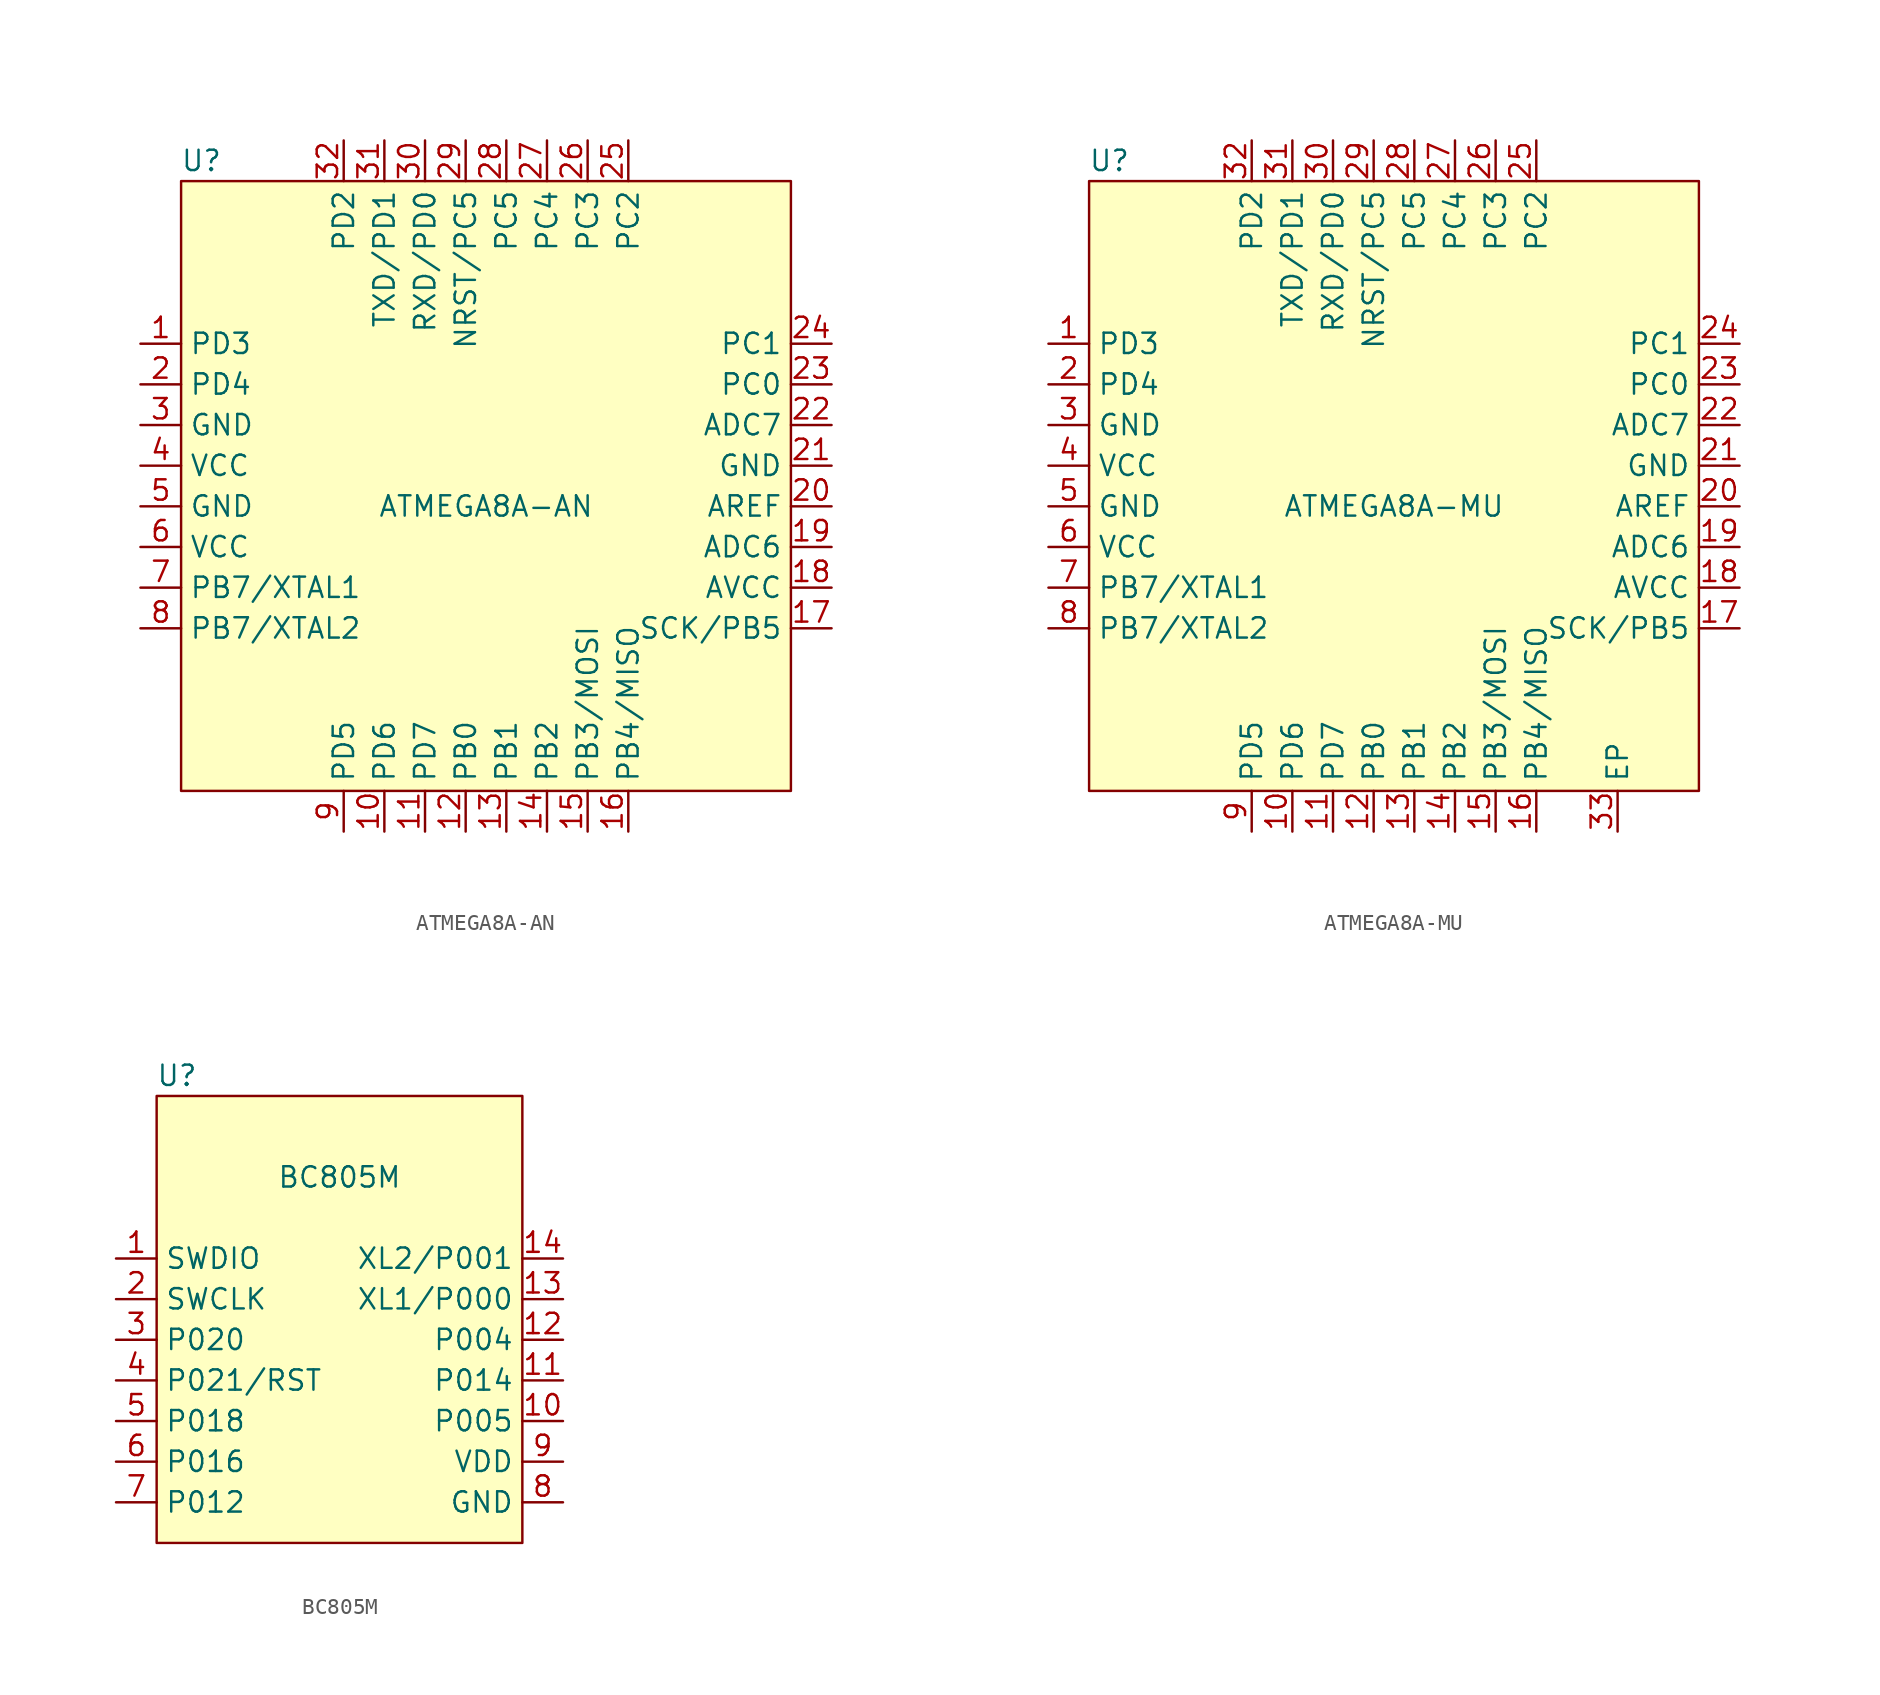
<source format=kicad_sym>
(kicad_symbol_lib
  (version 20241209)
  (generator "kicad_symbol_editor")
  (generator_version "9.0")
  (symbol "ATMEGA8A-AN"
    (property "Reference" "U"
      (at 1.27 39.37 0)
      (effects (font (size 1.27 1.27))))
    (property "Value" "ATMEGA8A-AN"
      (at 19.05 17.78 0)
      (effects (font (size 1.27 1.27))))
    (symbol "ATMEGA8A-AN_0_1"
      (rectangle (start 0 38.1) (end 38.1 0) (stroke (width 0) (type default)) (fill (type background))))
    (symbol "ATMEGA8A-AN_1_1"
      (pin bidirectional line (at -2.54 27.94 0) (length 2.54) (name "PD3" (effects (font (size 1.27 1.27)))) (number "1" (effects (font (size 1.27 1.27)))))
      (pin bidirectional line (at -2.54 25.4 0) (length 2.54) (name "PD4" (effects (font (size 1.27 1.27)))) (number "2" (effects (font (size 1.27 1.27)))))
      (pin power_in line (at -2.54 22.86 0) (length 2.54) (name "GND" (effects (font (size 1.27 1.27)))) (number "3" (effects (font (size 1.27 1.27)))))
      (pin power_in line (at -2.54 20.32 0) (length 2.54) (name "VCC" (effects (font (size 1.27 1.27)))) (number "4" (effects (font (size 1.27 1.27)))))
      (pin power_in line (at -2.54 17.78 0) (length 2.54) (name "GND" (effects (font (size 1.27 1.27)))) (number "5" (effects (font (size 1.27 1.27)))))
      (pin power_in line (at -2.54 15.24 0) (length 2.54) (name "VCC" (effects (font (size 1.27 1.27)))) (number "6" (effects (font (size 1.27 1.27)))))
      (pin bidirectional line (at -2.54 12.7 0) (length 2.54) (name "PB7/XTAL1" (effects (font (size 1.27 1.27)))) (number "7" (effects (font (size 1.27 1.27)))))
      (pin bidirectional line (at -2.54 10.16 0) (length 2.54) (name "PB7/XTAL2" (effects (font (size 1.27 1.27)))) (number "8" (effects (font (size 1.27 1.27)))))
      (pin bidirectional line (at 10.16 40.64 270) (length 2.54) (name "PD2" (effects (font (size 1.27 1.27)))) (number "32" (effects (font (size 1.27 1.27)))))
      (pin bidirectional line (at 10.16 -2.54 90) (length 2.54) (name "PD5" (effects (font (size 1.27 1.27)))) (number "9" (effects (font (size 1.27 1.27)))))
      (pin bidirectional line (at 12.7 40.64 270) (length 2.54) (name "TXD/PD1" (effects (font (size 1.27 1.27)))) (number "31" (effects (font (size 1.27 1.27)))))
      (pin bidirectional line (at 12.7 -2.54 90) (length 2.54) (name "PD6" (effects (font (size 1.27 1.27)))) (number "10" (effects (font (size 1.27 1.27)))))
      (pin bidirectional line (at 15.24 40.64 270) (length 2.54) (name "RXD/PD0" (effects (font (size 1.27 1.27)))) (number "30" (effects (font (size 1.27 1.27)))))
      (pin bidirectional line (at 15.24 -2.54 90) (length 2.54) (name "PD7" (effects (font (size 1.27 1.27)))) (number "11" (effects (font (size 1.27 1.27)))))
      (pin bidirectional line (at 17.78 40.64 270) (length 2.54) (name "NRST/PC5" (effects (font (size 1.27 1.27)))) (number "29" (effects (font (size 1.27 1.27)))))
      (pin bidirectional line (at 17.78 -2.54 90) (length 2.54) (name "PB0" (effects (font (size 1.27 1.27)))) (number "12" (effects (font (size 1.27 1.27)))))
      (pin bidirectional line (at 20.32 40.64 270) (length 2.54) (name "PC5" (effects (font (size 1.27 1.27)))) (number "28" (effects (font (size 1.27 1.27)))))
      (pin bidirectional line (at 20.32 -2.54 90) (length 2.54) (name "PB1" (effects (font (size 1.27 1.27)))) (number "13" (effects (font (size 1.27 1.27)))))
      (pin bidirectional line (at 22.86 40.64 270) (length 2.54) (name "PC4" (effects (font (size 1.27 1.27)))) (number "27" (effects (font (size 1.27 1.27)))))
      (pin bidirectional line (at 22.86 -2.54 90) (length 2.54) (name "PB2" (effects (font (size 1.27 1.27)))) (number "14" (effects (font (size 1.27 1.27)))))
      (pin bidirectional line (at 25.4 40.64 270) (length 2.54) (name "PC3" (effects (font (size 1.27 1.27)))) (number "26" (effects (font (size 1.27 1.27)))))
      (pin bidirectional line (at 25.4 -2.54 90) (length 2.54) (name "PB3/MOSI" (effects (font (size 1.27 1.27)))) (number "15" (effects (font (size 1.27 1.27)))))
      (pin bidirectional line (at 27.94 40.64 270) (length 2.54) (name "PC2" (effects (font (size 1.27 1.27)))) (number "25" (effects (font (size 1.27 1.27)))))
      (pin bidirectional line (at 27.94 -2.54 90) (length 2.54) (name "PB4/MISO" (effects (font (size 1.27 1.27)))) (number "16" (effects (font (size 1.27 1.27)))))
      (pin bidirectional line (at 40.64 27.94 180) (length 2.54) (name "PC1" (effects (font (size 1.27 1.27)))) (number "24" (effects (font (size 1.27 1.27)))))
      (pin bidirectional line (at 40.64 25.4 180) (length 2.54) (name "PC0" (effects (font (size 1.27 1.27)))) (number "23" (effects (font (size 1.27 1.27)))))
      (pin input line (at 40.64 22.86 180) (length 2.54) (name "ADC7" (effects (font (size 1.27 1.27)))) (number "22" (effects (font (size 1.27 1.27)))))
      (pin power_in line (at 40.64 20.32 180) (length 2.54) (name "GND" (effects (font (size 1.27 1.27)))) (number "21" (effects (font (size 1.27 1.27)))))
      (pin input line (at 40.64 17.78 180) (length 2.54) (name "AREF" (effects (font (size 1.27 1.27)))) (number "20" (effects (font (size 1.27 1.27)))))
      (pin input line (at 40.64 15.24 180) (length 2.54) (name "ADC6" (effects (font (size 1.27 1.27)))) (number "19" (effects (font (size 1.27 1.27)))))
      (pin power_in line (at 40.64 12.7 180) (length 2.54) (name "AVCC" (effects (font (size 1.27 1.27)))) (number "18" (effects (font (size 1.27 1.27)))))
      (pin power_in line (at 40.64 10.16 180) (length 2.54) (name "SCK/PB5" (effects (font (size 1.27 1.27)))) (number "17" (effects (font (size 1.27 1.27)))))))
  (symbol "ATMEGA8A-MU"
    (property "Reference" "U"
      (at 1.27 39.37 0)
      (effects (font (size 1.27 1.27))))
    (property "Value" "ATMEGA8A-MU"
      (at 19.05 17.78 0)
      (effects (font (size 1.27 1.27))))
    (symbol "ATMEGA8A-MU_0_1"
      (rectangle (start 0 38.1) (end 38.1 0) (stroke (width 0) (type default)) (fill (type background))))
    (symbol "ATMEGA8A-MU_1_1"
      (pin bidirectional line (at -2.54 27.94 0) (length 2.54) (name "PD3" (effects (font (size 1.27 1.27)))) (number "1" (effects (font (size 1.27 1.27)))))
      (pin bidirectional line (at -2.54 25.4 0) (length 2.54) (name "PD4" (effects (font (size 1.27 1.27)))) (number "2" (effects (font (size 1.27 1.27)))))
      (pin power_in line (at -2.54 22.86 0) (length 2.54) (name "GND" (effects (font (size 1.27 1.27)))) (number "3" (effects (font (size 1.27 1.27)))))
      (pin power_in line (at -2.54 20.32 0) (length 2.54) (name "VCC" (effects (font (size 1.27 1.27)))) (number "4" (effects (font (size 1.27 1.27)))))
      (pin power_in line (at -2.54 17.78 0) (length 2.54) (name "GND" (effects (font (size 1.27 1.27)))) (number "5" (effects (font (size 1.27 1.27)))))
      (pin power_in line (at -2.54 15.24 0) (length 2.54) (name "VCC" (effects (font (size 1.27 1.27)))) (number "6" (effects (font (size 1.27 1.27)))))
      (pin bidirectional line (at -2.54 12.7 0) (length 2.54) (name "PB7/XTAL1" (effects (font (size 1.27 1.27)))) (number "7" (effects (font (size 1.27 1.27)))))
      (pin bidirectional line (at -2.54 10.16 0) (length 2.54) (name "PB7/XTAL2" (effects (font (size 1.27 1.27)))) (number "8" (effects (font (size 1.27 1.27)))))
      (pin bidirectional line (at 10.16 40.64 270) (length 2.54) (name "PD2" (effects (font (size 1.27 1.27)))) (number "32" (effects (font (size 1.27 1.27)))))
      (pin bidirectional line (at 10.16 -2.54 90) (length 2.54) (name "PD5" (effects (font (size 1.27 1.27)))) (number "9" (effects (font (size 1.27 1.27)))))
      (pin bidirectional line (at 12.7 40.64 270) (length 2.54) (name "TXD/PD1" (effects (font (size 1.27 1.27)))) (number "31" (effects (font (size 1.27 1.27)))))
      (pin bidirectional line (at 12.7 -2.54 90) (length 2.54) (name "PD6" (effects (font (size 1.27 1.27)))) (number "10" (effects (font (size 1.27 1.27)))))
      (pin bidirectional line (at 15.24 40.64 270) (length 2.54) (name "RXD/PD0" (effects (font (size 1.27 1.27)))) (number "30" (effects (font (size 1.27 1.27)))))
      (pin bidirectional line (at 15.24 -2.54 90) (length 2.54) (name "PD7" (effects (font (size 1.27 1.27)))) (number "11" (effects (font (size 1.27 1.27)))))
      (pin bidirectional line (at 17.78 40.64 270) (length 2.54) (name "NRST/PC5" (effects (font (size 1.27 1.27)))) (number "29" (effects (font (size 1.27 1.27)))))
      (pin bidirectional line (at 17.78 -2.54 90) (length 2.54) (name "PB0" (effects (font (size 1.27 1.27)))) (number "12" (effects (font (size 1.27 1.27)))))
      (pin bidirectional line (at 20.32 40.64 270) (length 2.54) (name "PC5" (effects (font (size 1.27 1.27)))) (number "28" (effects (font (size 1.27 1.27)))))
      (pin bidirectional line (at 20.32 -2.54 90) (length 2.54) (name "PB1" (effects (font (size 1.27 1.27)))) (number "13" (effects (font (size 1.27 1.27)))))
      (pin bidirectional line (at 22.86 40.64 270) (length 2.54) (name "PC4" (effects (font (size 1.27 1.27)))) (number "27" (effects (font (size 1.27 1.27)))))
      (pin bidirectional line (at 22.86 -2.54 90) (length 2.54) (name "PB2" (effects (font (size 1.27 1.27)))) (number "14" (effects (font (size 1.27 1.27)))))
      (pin bidirectional line (at 25.4 40.64 270) (length 2.54) (name "PC3" (effects (font (size 1.27 1.27)))) (number "26" (effects (font (size 1.27 1.27)))))
      (pin bidirectional line (at 25.4 -2.54 90) (length 2.54) (name "PB3/MOSI" (effects (font (size 1.27 1.27)))) (number "15" (effects (font (size 1.27 1.27)))))
      (pin bidirectional line (at 27.94 40.64 270) (length 2.54) (name "PC2" (effects (font (size 1.27 1.27)))) (number "25" (effects (font (size 1.27 1.27)))))
      (pin bidirectional line (at 27.94 -2.54 90) (length 2.54) (name "PB4/MISO" (effects (font (size 1.27 1.27)))) (number "16" (effects (font (size 1.27 1.27)))))
      (pin power_in line (at 33.02 -2.54 90) (length 2.54) (name "EP" (effects (font (size 1.27 1.27)))) (number "33" (effects (font (size 1.27 1.27)))))
      (pin bidirectional line (at 40.64 27.94 180) (length 2.54) (name "PC1" (effects (font (size 1.27 1.27)))) (number "24" (effects (font (size 1.27 1.27)))))
      (pin bidirectional line (at 40.64 25.4 180) (length 2.54) (name "PC0" (effects (font (size 1.27 1.27)))) (number "23" (effects (font (size 1.27 1.27)))))
      (pin input line (at 40.64 22.86 180) (length 2.54) (name "ADC7" (effects (font (size 1.27 1.27)))) (number "22" (effects (font (size 1.27 1.27)))))
      (pin power_in line (at 40.64 20.32 180) (length 2.54) (name "GND" (effects (font (size 1.27 1.27)))) (number "21" (effects (font (size 1.27 1.27)))))
      (pin input line (at 40.64 17.78 180) (length 2.54) (name "AREF" (effects (font (size 1.27 1.27)))) (number "20" (effects (font (size 1.27 1.27)))))
      (pin input line (at 40.64 15.24 180) (length 2.54) (name "ADC6" (effects (font (size 1.27 1.27)))) (number "19" (effects (font (size 1.27 1.27)))))
      (pin power_in line (at 40.64 12.7 180) (length 2.54) (name "AVCC" (effects (font (size 1.27 1.27)))) (number "18" (effects (font (size 1.27 1.27)))))
      (pin power_in line (at 40.64 10.16 180) (length 2.54) (name "SCK/PB5" (effects (font (size 1.27 1.27)))) (number "17" (effects (font (size 1.27 1.27)))))))
  (symbol "BC805M"
    (property "Reference" "U"
      (at -10.16 29.21 0)
      (effects (font (size 1.27 1.27))))
    (property "Value" "BC805M"
      (at 0 22.86 0)
      (effects (font (size 1.27 1.27))))
    (symbol "BC805M_0_1"
      (rectangle (start -11.43 27.94) (end 11.43 0) (stroke (width 0) (type default)) (fill (type background))))
    (symbol "BC805M_1_1"
      (pin bidirectional line (at -13.97 17.78 0) (length 2.54) (name "SWDIO" (effects (font (size 1.27 1.27)))) (number "1" (effects (font (size 1.27 1.27)))))
      (pin bidirectional line (at -13.97 15.24 0) (length 2.54) (name "SWCLK" (effects (font (size 1.27 1.27)))) (number "2" (effects (font (size 1.27 1.27)))))
      (pin bidirectional line (at -13.97 12.7 0) (length 2.54) (name "P020" (effects (font (size 1.27 1.27)))) (number "3" (effects (font (size 1.27 1.27)))))
      (pin bidirectional line (at -13.97 10.16 0) (length 2.54) (name "P021/RST" (effects (font (size 1.27 1.27)))) (number "4" (effects (font (size 1.27 1.27)))))
      (pin bidirectional line (at -13.97 7.62 0) (length 2.54) (name "P018" (effects (font (size 1.27 1.27)))) (number "5" (effects (font (size 1.27 1.27)))))
      (pin bidirectional line (at -13.97 5.08 0) (length 2.54) (name "P016" (effects (font (size 1.27 1.27)))) (number "6" (effects (font (size 1.27 1.27)))))
      (pin bidirectional line (at -13.97 2.54 0) (length 2.54) (name "P012" (effects (font (size 1.27 1.27)))) (number "7" (effects (font (size 1.27 1.27)))))
      (pin bidirectional line (at 13.97 17.78 180) (length 2.54) (name "XL2/P001" (effects (font (size 1.27 1.27)))) (number "14" (effects (font (size 1.27 1.27)))))
      (pin bidirectional line (at 13.97 15.24 180) (length 2.54) (name "XL1/P000" (effects (font (size 1.27 1.27)))) (number "13" (effects (font (size 1.27 1.27)))))
      (pin bidirectional line (at 13.97 12.7 180) (length 2.54) (name "P004" (effects (font (size 1.27 1.27)))) (number "12" (effects (font (size 1.27 1.27)))))
      (pin bidirectional line (at 13.97 10.16 180) (length 2.54) (name "P014" (effects (font (size 1.27 1.27)))) (number "11" (effects (font (size 1.27 1.27)))))
      (pin bidirectional line (at 13.97 7.62 180) (length 2.54) (name "P005" (effects (font (size 1.27 1.27)))) (number "10" (effects (font (size 1.27 1.27)))))
      (pin power_in line (at 13.97 5.08 180) (length 2.54) (name "VDD" (effects (font (size 1.27 1.27)))) (number "9" (effects (font (size 1.27 1.27)))))
      (pin power_in line (at 13.97 2.54 180) (length 2.54) (name "GND" (effects (font (size 1.27 1.27)))) (number "8" (effects (font (size 1.27 1.27))))))))
</source>
